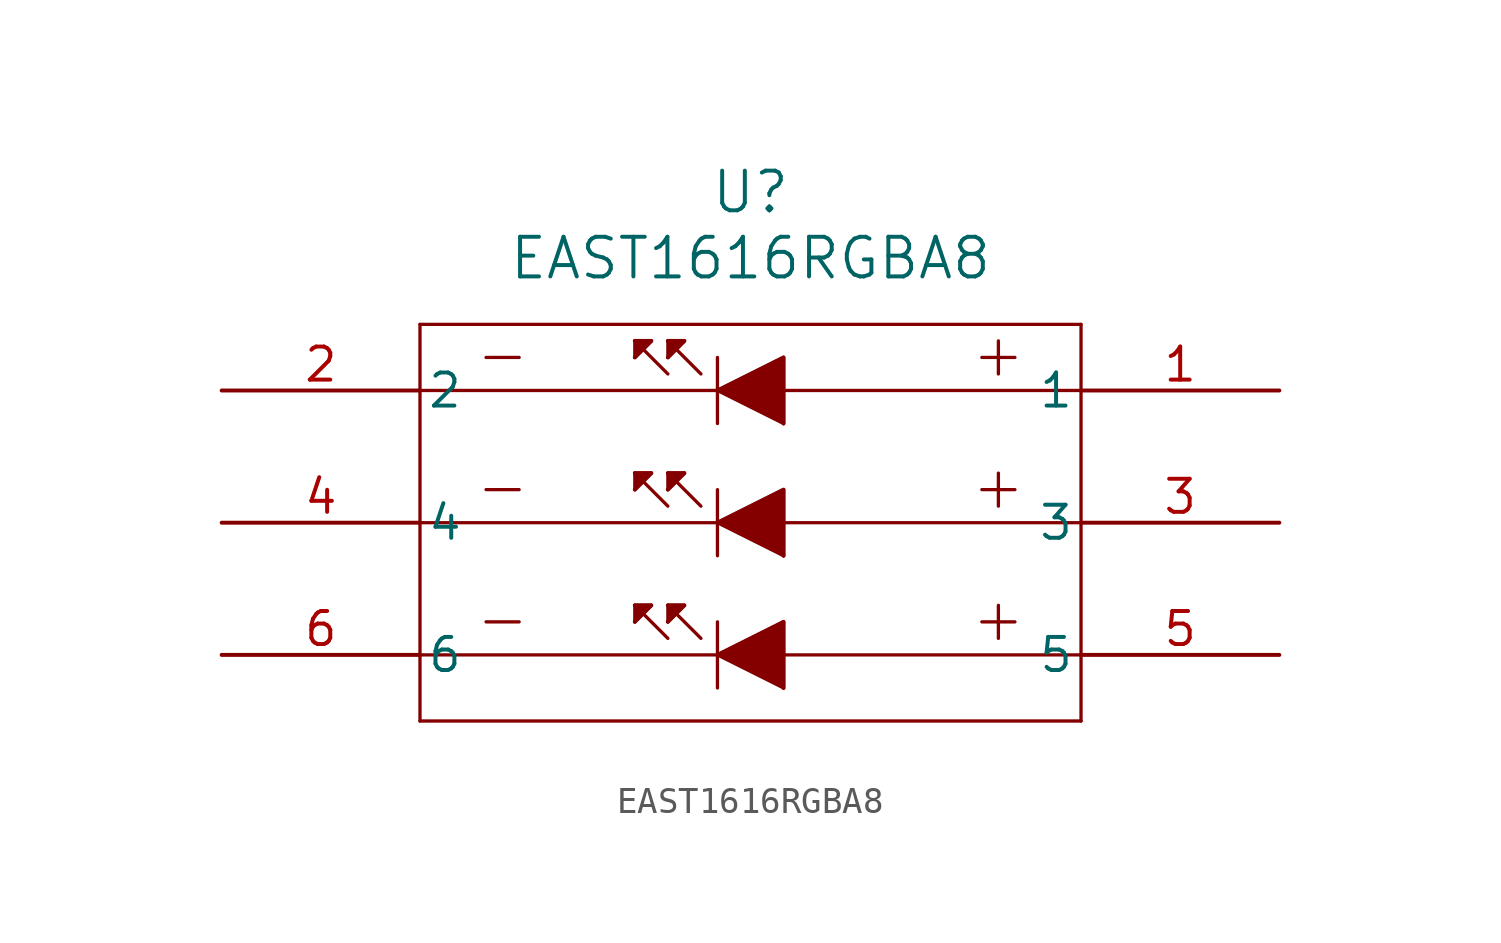
<source format=kicad_sym>
(kicad_symbol_lib
  (version 20211014)
  (generator kicad_symbol_editor)
  (symbol "EAST1616RGBA8"
    (pin_names
      (offset 0.254))
    (property "Reference" "U"
      (at 20.32 7.62 0)
      (effects (font (size 1.524 1.524))))
    (property "Value" "EAST1616RGBA8"
      (at 20.32 5.08 0)
      (effects (font (size 1.524 1.524))))
    (symbol "EAST1616RGBA8_0_1"
      (polyline (pts (xy 7.62 2.54) (xy 7.62 -12.7)) (stroke (width 0.127) (type default) (color 0 0 0 0)) (fill (type none)))
      (polyline (pts (xy 7.62 -12.7) (xy 33.02 -12.7)) (stroke (width 0.127) (type default) (color 0 0 0 0)) (fill (type none)))
      (polyline (pts (xy 33.02 -12.7) (xy 33.02 2.54)) (stroke (width 0.127) (type default) (color 0 0 0 0)) (fill (type none)))
      (polyline (pts (xy 33.02 2.54) (xy 7.62 2.54)) (stroke (width 0.127) (type default) (color 0 0 0 0)) (fill (type none)))
      (polyline (pts (xy 7.62 0) (xy 33.02 0)) (stroke (width 0.127) (type default) (color 0 0 0 0)) (fill (type none)))
      (polyline (pts (xy 33.02 -5.08) (xy 7.62 -5.08)) (stroke (width 0.127) (type default) (color 0 0 0 0)) (fill (type none)))
      (polyline (pts (xy 7.62 -10.16) (xy 33.02 -10.16)) (stroke (width 0.127) (type default) (color 0 0 0 0)) (fill (type none)))
      (polyline (pts (xy 19.05 0) (xy 21.59 1.27)) (stroke (width 0.127) (type default) (color 0 0 0 0)) (fill (type none)))
      (polyline (pts (xy 21.59 1.27) (xy 21.59 -1.27)) (stroke (width 0.127) (type default) (color 0 0 0 0)) (fill (type none)))
      (polyline (pts (xy 21.59 -1.27) (xy 19.05 0)) (stroke (width 0.127) (type default) (color 0 0 0 0)) (fill (type none)))
      (polyline (pts (xy 19.05 1.27) (xy 19.05 -1.27)) (stroke (width 0.127) (type default) (color 0 0 0 0)) (fill (type none)))
      (polyline (pts (xy 10.16 1.27) (xy 11.43 1.27)) (stroke (width 0.127) (type default) (color 0 0 0 0)) (fill (type none)))
      (polyline (pts (xy 10.16 -3.81) (xy 11.43 -3.81)) (stroke (width 0.127) (type default) (color 0 0 0 0)) (fill (type none)))
      (polyline (pts (xy 10.16 -8.89) (xy 11.43 -8.89)) (stroke (width 0.127) (type default) (color 0 0 0 0)) (fill (type none)))
      (polyline (pts (xy 30.48 1.27) (xy 29.21 1.27)) (stroke (width 0.127) (type default) (color 0 0 0 0)) (fill (type none)))
      (polyline (pts (xy 30.48 -3.81) (xy 29.21 -3.81)) (stroke (width 0.127) (type default) (color 0 0 0 0)) (fill (type none)))
      (polyline (pts (xy 30.48 -8.89) (xy 29.21 -8.89)) (stroke (width 0.127) (type default) (color 0 0 0 0)) (fill (type none)))
      (polyline (pts (xy 29.845 1.905) (xy 29.845 0.635)) (stroke (width 0.127) (type default) (color 0 0 0 0)) (fill (type none)))
      (polyline (pts (xy 29.845 -3.175) (xy 29.845 -4.445)) (stroke (width 0.127) (type default) (color 0 0 0 0)) (fill (type none)))
      (polyline (pts (xy 29.845 -8.255) (xy 29.845 -9.525)) (stroke (width 0.127) (type default) (color 0 0 0 0)) (fill (type none)))
      (polyline (pts (xy 19.05 0) (xy 21.59 1.27) (xy 21.59 -1.27)) (stroke (width 0) (type default) (color 0 0 0 0)) (fill (type outline)))
      (polyline (pts (xy 18.415 0.635) (xy 17.145 1.905)) (stroke (width 0.127) (type default) (color 0 0 0 0)) (fill (type none)))
      (polyline (pts (xy 17.145 0.635) (xy 15.875 1.905)) (stroke (width 0.127) (type default) (color 0 0 0 0)) (fill (type none)))
      (polyline (pts (xy 15.875 1.905) (xy 15.875 1.27)) (stroke (width 0.127) (type default) (color 0 0 0 0)) (fill (type none)))
      (polyline (pts (xy 15.875 1.27) (xy 16.51 1.905)) (stroke (width 0.127) (type default) (color 0 0 0 0)) (fill (type none)))
      (polyline (pts (xy 16.51 1.905) (xy 15.875 1.905)) (stroke (width 0.127) (type default) (color 0 0 0 0)) (fill (type none)))
      (polyline (pts (xy 17.145 1.905) (xy 17.145 1.27)) (stroke (width 0.127) (type default) (color 0 0 0 0)) (fill (type none)))
      (polyline (pts (xy 17.145 1.27) (xy 17.78 1.905)) (stroke (width 0.127) (type default) (color 0 0 0 0)) (fill (type none)))
      (polyline (pts (xy 17.78 1.905) (xy 17.145 1.905)) (stroke (width 0.127) (type default) (color 0 0 0 0)) (fill (type none)))
      (polyline (pts (xy 15.875 1.27) (xy 16.51 1.905) (xy 15.875 1.905)) (stroke (width 0) (type default) (color 0 0 0 0)) (fill (type outline)))
      (polyline (pts (xy 17.145 1.27) (xy 17.78 1.905) (xy 17.145 1.905)) (stroke (width 0) (type default) (color 0 0 0 0)) (fill (type outline)))
      (polyline (pts (xy 19.05 -5.08) (xy 21.59 -3.81)) (stroke (width 0.127) (type default) (color 0 0 0 0)) (fill (type none)))
      (polyline (pts (xy 21.59 -3.81) (xy 21.59 -6.35)) (stroke (width 0.127) (type default) (color 0 0 0 0)) (fill (type none)))
      (polyline (pts (xy 21.59 -6.35) (xy 19.05 -5.08)) (stroke (width 0.127) (type default) (color 0 0 0 0)) (fill (type none)))
      (polyline (pts (xy 19.05 -3.81) (xy 19.05 -6.35)) (stroke (width 0.127) (type default) (color 0 0 0 0)) (fill (type none)))
      (polyline (pts (xy 18.415 -4.445) (xy 17.145 -3.175)) (stroke (width 0.127) (type default) (color 0 0 0 0)) (fill (type none)))
      (polyline (pts (xy 17.145 -4.445) (xy 15.875 -3.175)) (stroke (width 0.127) (type default) (color 0 0 0 0)) (fill (type none)))
      (polyline (pts (xy 15.875 -3.175) (xy 15.875 -3.81)) (stroke (width 0.127) (type default) (color 0 0 0 0)) (fill (type none)))
      (polyline (pts (xy 15.875 -3.81) (xy 16.51 -3.175)) (stroke (width 0.127) (type default) (color 0 0 0 0)) (fill (type none)))
      (polyline (pts (xy 16.51 -3.175) (xy 15.875 -3.175)) (stroke (width 0.127) (type default) (color 0 0 0 0)) (fill (type none)))
      (polyline (pts (xy 17.145 -3.175) (xy 17.145 -3.81)) (stroke (width 0.127) (type default) (color 0 0 0 0)) (fill (type none)))
      (polyline (pts (xy 17.145 -3.81) (xy 17.78 -3.175)) (stroke (width 0.127) (type default) (color 0 0 0 0)) (fill (type none)))
      (polyline (pts (xy 17.78 -3.175) (xy 17.145 -3.175)) (stroke (width 0.127) (type default) (color 0 0 0 0)) (fill (type none)))
      (polyline (pts (xy 19.05 -5.08) (xy 21.59 -3.81) (xy 21.59 -6.35)) (stroke (width 0) (type default) (color 0 0 0 0)) (fill (type outline)))
      (polyline (pts (xy 15.875 -3.81) (xy 16.51 -3.175) (xy 15.875 -3.175)) (stroke (width 0) (type default) (color 0 0 0 0)) (fill (type outline)))
      (polyline (pts (xy 17.145 -3.81) (xy 17.78 -3.175) (xy 17.145 -3.175)) (stroke (width 0) (type default) (color 0 0 0 0)) (fill (type outline)))
      (polyline (pts (xy 19.05 -10.16) (xy 21.59 -8.89)) (stroke (width 0.127) (type default) (color 0 0 0 0)) (fill (type none)))
      (polyline (pts (xy 21.59 -8.89) (xy 21.59 -11.43)) (stroke (width 0.127) (type default) (color 0 0 0 0)) (fill (type none)))
      (polyline (pts (xy 21.59 -11.43) (xy 19.05 -10.16)) (stroke (width 0.127) (type default) (color 0 0 0 0)) (fill (type none)))
      (polyline (pts (xy 19.05 -8.89) (xy 19.05 -11.43)) (stroke (width 0.127) (type default) (color 0 0 0 0)) (fill (type none)))
      (polyline (pts (xy 18.415 -9.525) (xy 17.145 -8.255)) (stroke (width 0.127) (type default) (color 0 0 0 0)) (fill (type none)))
      (polyline (pts (xy 17.145 -9.525) (xy 15.875 -8.255)) (stroke (width 0.127) (type default) (color 0 0 0 0)) (fill (type none)))
      (polyline (pts (xy 15.875 -8.255) (xy 15.875 -8.89)) (stroke (width 0.127) (type default) (color 0 0 0 0)) (fill (type none)))
      (polyline (pts (xy 15.875 -8.89) (xy 16.51 -8.255)) (stroke (width 0.127) (type default) (color 0 0 0 0)) (fill (type none)))
      (polyline (pts (xy 16.51 -8.255) (xy 15.875 -8.255)) (stroke (width 0.127) (type default) (color 0 0 0 0)) (fill (type none)))
      (polyline (pts (xy 17.145 -8.255) (xy 17.145 -8.89)) (stroke (width 0.127) (type default) (color 0 0 0 0)) (fill (type none)))
      (polyline (pts (xy 17.145 -8.89) (xy 17.78 -8.255)) (stroke (width 0.127) (type default) (color 0 0 0 0)) (fill (type none)))
      (polyline (pts (xy 17.78 -8.255) (xy 17.145 -8.255)) (stroke (width 0.127) (type default) (color 0 0 0 0)) (fill (type none)))
      (polyline (pts (xy 19.05 -10.16) (xy 21.59 -8.89) (xy 21.59 -11.43)) (stroke (width 0) (type default) (color 0 0 0 0)) (fill (type outline)))
      (polyline (pts (xy 15.875 -8.89) (xy 16.51 -8.255) (xy 15.875 -8.255)) (stroke (width 0) (type default) (color 0 0 0 0)) (fill (type outline)))
      (polyline (pts (xy 17.145 -8.89) (xy 17.78 -8.255) (xy 17.145 -8.255)) (stroke (width 0) (type default) (color 0 0 0 0)) (fill (type outline)))
      (pin unspecified line (at 40.64 0 180) (length 7.62) (name "1" (effects (font (size 1.27 1.27)))) (number "1" (effects (font (size 1.27 1.27)))))
      (pin unspecified line (at 0 0 0) (length 7.62) (name "2" (effects (font (size 1.27 1.27)))) (number "2" (effects (font (size 1.27 1.27)))))
      (pin unspecified line (at 40.64 -5.08 180) (length 7.62) (name "3" (effects (font (size 1.27 1.27)))) (number "3" (effects (font (size 1.27 1.27)))))
      (pin unspecified line (at 0 -5.08 0) (length 7.62) (name "4" (effects (font (size 1.27 1.27)))) (number "4" (effects (font (size 1.27 1.27)))))
      (pin unspecified line (at 40.64 -10.16 180) (length 7.62) (name "5" (effects (font (size 1.27 1.27)))) (number "5" (effects (font (size 1.27 1.27)))))
      (pin unspecified line (at 0 -10.16 0) (length 7.62) (name "6" (effects (font (size 1.27 1.27)))) (number "6" (effects (font (size 1.27 1.27))))))))
</source>
